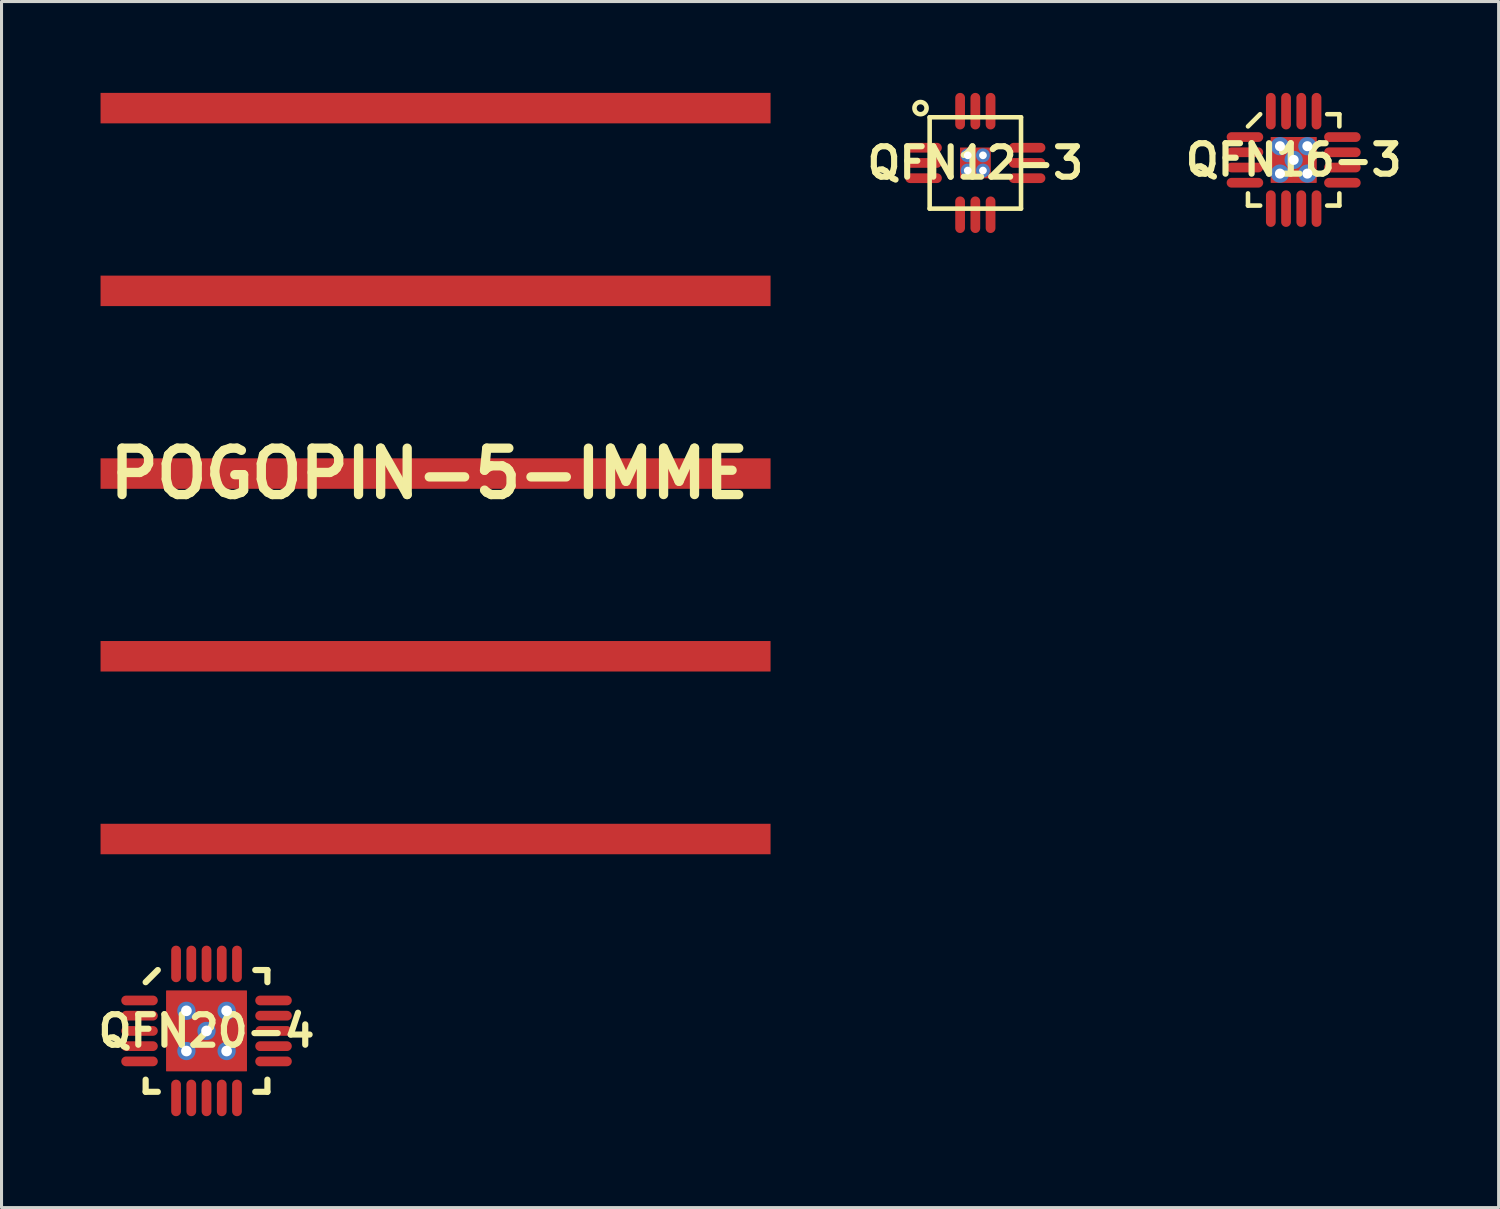
<source format=kicad_pcb>
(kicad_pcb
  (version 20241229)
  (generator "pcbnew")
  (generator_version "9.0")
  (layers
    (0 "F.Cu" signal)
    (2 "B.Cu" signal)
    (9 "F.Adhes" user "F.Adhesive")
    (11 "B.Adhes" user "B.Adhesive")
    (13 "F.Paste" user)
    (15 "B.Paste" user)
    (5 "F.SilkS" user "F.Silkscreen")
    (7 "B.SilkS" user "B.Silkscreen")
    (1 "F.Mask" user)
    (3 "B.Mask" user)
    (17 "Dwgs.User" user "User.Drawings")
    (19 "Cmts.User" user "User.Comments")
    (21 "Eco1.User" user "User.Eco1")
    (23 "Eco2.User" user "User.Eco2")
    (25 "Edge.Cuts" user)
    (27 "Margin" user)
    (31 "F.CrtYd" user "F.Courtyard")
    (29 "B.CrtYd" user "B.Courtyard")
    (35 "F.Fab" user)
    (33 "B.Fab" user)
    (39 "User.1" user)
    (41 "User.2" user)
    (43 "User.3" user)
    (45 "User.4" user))
  (footprint "POGOPIN-5-IMME"
    (layer "F.Cu")
    (at 0.25 12.499)
    (property "Reference" "POGOPIN-5-IMME" (at 10.795 0 0) (layer "F.SilkS") (effects (font (size 1.524 1.524) (thickness 0.305))))
    (attr through_hole)
    (pad "1" smd rect (at 11.001 -11.999) (size 21.999 1.001) (layers "F.Cu" "F.Mask"))
    (pad "2" smd rect (at 11.001 -5.999) (size 21.999 1.001) (layers "F.Cu" "F.Mask"))
    (pad "3" smd rect (at 11.001 0) (size 21.999 1.001) (layers "F.Cu" "F.Mask"))
    (pad "4" smd rect (at 11.001 5.999) (size 21.999 1.001) (layers "F.Cu" "F.Mask"))
    (pad "5" smd rect (at 11.001 11.999) (size 21.999 1.001) (layers "F.Cu" "F.Mask")))
  (footprint "QFN16-3"
    (layer "F.Cu")
    (at 39.426 2.2)
    (property "Reference" "QFN16-3" (at 0 0 0) (layer "F.SilkS") (effects (font (size 1 1) (thickness 0.203))))
    (attr through_hole)
    (fp_line (start -1.5 1.5) (end -1.5 1.1) (stroke (width 0.15) (type solid)) (layer "F.SilkS"))
    (fp_line (start -1.5 1.5) (end -1.1 1.5) (stroke (width 0.15) (type solid)) (layer "F.SilkS"))
    (fp_line (start -1.1 -1.5) (end -1.5 -1.1) (stroke (width 0.15) (type solid)) (layer "F.SilkS"))
    (fp_line (start 1.5 -1.5) (end 1.1 -1.5) (stroke (width 0.15) (type solid)) (layer "F.SilkS"))
    (fp_line (start 1.5 -1.5) (end 1.5 -1.1) (stroke (width 0.15) (type solid)) (layer "F.SilkS"))
    (fp_line (start 1.5 1.5) (end 1.1 1.5) (stroke (width 0.15) (type solid)) (layer "F.SilkS"))
    (fp_line (start 1.5 1.5) (end 1.5 1.1) (stroke (width 0.15) (type solid)) (layer "F.SilkS"))
    (pad "0" thru_hole circle (at -0.45 -0.45) (size 0.6 0.6) (drill 0.33) (layers "*.Cu" "B.Mask"))
    (pad "0" thru_hole circle (at -0.45 0.45) (size 0.6 0.6) (drill 0.33) (layers "*.Cu" "B.Mask"))
    (pad "0" smd rect (at -0.375 -0.375) (size 0.75 0.75) (layers "F.Cu" "F.Paste"))
    (pad "0" smd rect (at -0.375 0.375) (size 0.75 0.75) (layers "F.Cu" "F.Paste"))
    (pad "0" thru_hole circle (at 0 0) (size 0.6 0.6) (drill 0.33) (layers "*.Cu" "B.Mask"))
    (pad "0" smd rect (at 0 0) (size 1.5 1.5) (layers "F.Cu" "F.Mask"))
    (pad "0" smd rect (at 0.375 -0.375) (size 0.75 0.75) (layers "F.Cu" "F.Paste"))
    (pad "0" smd rect (at 0.375 0.375) (size 0.75 0.75) (layers "F.Cu" "F.Paste"))
    (pad "0" thru_hole circle (at 0.45 -0.45) (size 0.6 0.6) (drill 0.33) (layers "*.Cu" "B.Mask"))
    (pad "0" thru_hole circle (at 0.45 0.45) (size 0.6 0.6) (drill 0.33) (layers "*.Cu" "B.Mask"))
    (pad "1" smd oval (at -1.6 -0.75) (size 1.2 0.32) (layers "F.Cu" "F.Mask" "F.Paste"))
    (pad "2" smd oval (at -1.6 -0.25) (size 1.2 0.32) (layers "F.Cu" "F.Mask" "F.Paste"))
    (pad "3" smd oval (at -1.6 0.25) (size 1.2 0.32) (layers "F.Cu" "F.Mask" "F.Paste"))
    (pad "4" smd oval (at -1.6 0.75) (size 1.2 0.32) (layers "F.Cu" "F.Mask" "F.Paste"))
    (pad "5" smd oval (at -0.75 1.6 90) (size 1.2 0.32) (layers "F.Cu" "F.Mask" "F.Paste"))
    (pad "6" smd oval (at -0.25 1.6 90) (size 1.2 0.32) (layers "F.Cu" "F.Mask" "F.Paste"))
    (pad "7" smd oval (at 0.25 1.6 90) (size 1.2 0.32) (layers "F.Cu" "F.Mask" "F.Paste"))
    (pad "8" smd oval (at 0.75 1.6 90) (size 1.2 0.32) (layers "F.Cu" "F.Mask" "F.Paste"))
    (pad "9" smd oval (at 1.6 0.75) (size 1.2 0.32) (layers "F.Cu" "F.Mask" "F.Paste"))
    (pad "10" smd oval (at 1.6 0.25) (size 1.2 0.32) (layers "F.Cu" "F.Mask" "F.Paste"))
    (pad "11" smd oval (at 1.6 -0.25) (size 1.2 0.32) (layers "F.Cu" "F.Mask" "F.Paste"))
    (pad "12" smd oval (at 1.6 -0.75) (size 1.2 0.32) (layers "F.Cu" "F.Mask" "F.Paste"))
    (pad "13" smd oval (at 0.75 -1.6 90) (size 1.2 0.32) (layers "F.Cu" "F.Mask" "F.Paste"))
    (pad "14" smd oval (at 0.25 -1.6 90) (size 1.2 0.32) (layers "F.Cu" "F.Mask" "F.Paste"))
    (pad "15" smd oval (at -0.25 -1.6 90) (size 1.2 0.32) (layers "F.Cu" "F.Mask" "F.Paste"))
    (pad "16" smd oval (at -0.75 -1.6 90) (size 1.2 0.32) (layers "F.Cu" "F.Mask" "F.Paste")))
  (footprint "QFN12-3"
    (layer "F.Cu")
    (at 28.974 2.3)
    (property "Reference" "QFN12-3" (at 0 0 0) (layer "F.SilkS") (effects (font (size 1 1) (thickness 0.2))))
    (attr through_hole)
    (fp_line (start -1.5 -1.5) (end 1.5 -1.5) (stroke (width 0.15) (type solid)) (layer "F.SilkS"))
    (fp_line (start -1.5 1.5) (end -1.5 -1.5) (stroke (width 0.15) (type solid)) (layer "F.SilkS"))
    (fp_line (start 1.5 -1.5) (end 1.5 1.5) (stroke (width 0.15) (type solid)) (layer "F.SilkS"))
    (fp_line (start 1.5 1.5) (end -1.5 1.5) (stroke (width 0.15) (type solid)) (layer "F.SilkS"))
    (fp_circle (center -1.8 -1.8) (end -1.6 -1.8) (stroke (width 0.15) (type solid)) (fill no) (layer "F.SilkS"))
    (pad "0" thru_hole circle (at -0.25 -0.25) (size 0.457 0.457) (drill 0.254) (layers "*.Cu" "B.Mask"))
    (pad "0" smd rect (at -0.25 -0.25) (size 0.5 0.5) (layers "F.Cu" "F.Paste"))
    (pad "0" thru_hole circle (at -0.25 0.25) (size 0.457 0.457) (drill 0.254) (layers "*.Cu" "B.Mask"))
    (pad "0" smd rect (at -0.25 0.25) (size 0.5 0.5) (layers "F.Cu" "F.Paste"))
    (pad "0" smd rect (at 0 0) (size 1 1) (layers "F.Cu" "F.Mask"))
    (pad "0" thru_hole circle (at 0.25 -0.25) (size 0.457 0.457) (drill 0.254) (layers "*.Cu" "B.Mask"))
    (pad "0" smd rect (at 0.25 -0.25) (size 0.5 0.5) (layers "F.Cu" "F.Paste"))
    (pad "0" thru_hole circle (at 0.25 0.25) (size 0.457 0.457) (drill 0.254) (layers "*.Cu" "B.Mask"))
    (pad "0" smd rect (at 0.25 0.25) (size 0.5 0.5) (layers "F.Cu" "F.Paste"))
    (pad "1" smd oval (at -1.7 -0.5) (size 1.2 0.32) (layers "F.Cu" "F.Mask" "F.Paste"))
    (pad "2" smd oval (at -1.7 0) (size 1.2 0.32) (layers "F.Cu" "F.Mask" "F.Paste"))
    (pad "3" smd oval (at -1.7 0.5) (size 1.2 0.32) (layers "F.Cu" "F.Mask" "F.Paste"))
    (pad "4" smd oval (at -0.5 1.7 90) (size 1.2 0.32) (layers "F.Cu" "F.Mask" "F.Paste"))
    (pad "5" smd oval (at 0 1.7 90) (size 1.2 0.32) (layers "F.Cu" "F.Mask" "F.Paste"))
    (pad "6" smd oval (at 0.5 1.7 90) (size 1.2 0.32) (layers "F.Cu" "F.Mask" "F.Paste"))
    (pad "7" smd oval (at 1.7 0.5) (size 1.2 0.32) (layers "F.Cu" "F.Mask" "F.Paste"))
    (pad "8" smd oval (at 1.7 0) (size 1.2 0.32) (layers "F.Cu" "F.Mask" "F.Paste"))
    (pad "9" smd oval (at 1.7 -0.5) (size 1.2 0.32) (layers "F.Cu" "F.Mask" "F.Paste"))
    (pad "10" smd oval (at 0.5 -1.7 90) (size 1.2 0.32) (layers "F.Cu" "F.Mask" "F.Paste"))
    (pad "11" smd oval (at 0 -1.7 90) (size 1.2 0.32) (layers "F.Cu" "F.Mask" "F.Paste"))
    (pad "12" smd oval (at -0.5 -1.7 90) (size 1.2 0.32) (layers "F.Cu" "F.Mask" "F.Paste")))
  (footprint "QFN20-4"
    (layer "F.Cu")
    (at 3.731 30.799)
    (property "Reference" "QFN20-4" (at 0 0 0) (layer "F.SilkS") (effects (font (size 1.001 1.001) (thickness 0.203))))
    (attr through_hole)
    (fp_line (start -1.999 1.6) (end -1.999 1.999) (stroke (width 0.203) (type solid)) (layer "F.SilkS"))
    (fp_line (start -1.999 1.999) (end -1.6 1.999) (stroke (width 0.203) (type solid)) (layer "F.SilkS"))
    (fp_line (start -1.6 -1.999) (end -1.999 -1.6) (stroke (width 0.203) (type solid)) (layer "F.SilkS"))
    (fp_line (start 1.6 1.999) (end 1.999 1.999) (stroke (width 0.203) (type solid)) (layer "F.SilkS"))
    (fp_line (start 1.999 -1.999) (end 1.6 -1.999) (stroke (width 0.203) (type solid)) (layer "F.SilkS"))
    (fp_line (start 1.999 -1.6) (end 1.999 -1.999) (stroke (width 0.203) (type solid)) (layer "F.SilkS"))
    (fp_line (start 1.999 1.999) (end 1.999 1.6) (stroke (width 0.203) (type solid)) (layer "F.SilkS"))
    (pad "0" thru_hole circle (at -0.66 -0.66) (size 0.6 0.6) (drill 0.35) (layers "*.Cu" "B.Mask"))
    (pad "0" smd rect (at -0.66 -0.66) (size 1.32 1.32) (layers "F.Cu" "F.Paste"))
    (pad "0" thru_hole circle (at -0.66 0.66) (size 0.6 0.6) (drill 0.35) (layers "*.Cu" "B.Mask"))
    (pad "0" smd rect (at -0.66 0.66) (size 1.32 1.32) (layers "F.Cu" "F.Paste"))
    (pad "0" thru_hole circle (at 0 0) (size 0.6 0.6) (drill 0.35) (layers "*.Cu" "B.Mask"))
    (pad "0" smd rect (at 0 0) (size 2.65 2.65) (layers "F.Cu" "F.Mask"))
    (pad "0" thru_hole circle (at 0.66 -0.66) (size 0.6 0.6) (drill 0.35) (layers "*.Cu" "B.Mask"))
    (pad "0" smd rect (at 0.66 -0.66) (size 1.32 1.32) (layers "F.Cu" "F.Paste"))
    (pad "0" thru_hole circle (at 0.66 0.66) (size 0.6 0.6) (drill 0.35) (layers "*.Cu" "B.Mask"))
    (pad "0" smd rect (at 0.66 0.66) (size 1.32 1.32) (layers "F.Cu" "F.Paste"))
    (pad "1" smd oval (at -2.2 -1) (size 1.2 0.32) (layers "F.Cu" "F.Mask" "F.Paste"))
    (pad "2" smd oval (at -2.2 -0.5) (size 1.2 0.32) (layers "F.Cu" "F.Mask" "F.Paste"))
    (pad "3" smd oval (at -2.2 0) (size 1.2 0.32) (layers "F.Cu" "F.Mask" "F.Paste"))
    (pad "4" smd oval (at -2.2 0.5) (size 1.2 0.32) (layers "F.Cu" "F.Mask" "F.Paste"))
    (pad "5" smd oval (at -2.2 1) (size 1.2 0.32) (layers "F.Cu" "F.Mask" "F.Paste"))
    (pad "6" smd oval (at -1 2.2 90) (size 1.2 0.32) (layers "F.Cu" "F.Mask" "F.Paste"))
    (pad "7" smd oval (at -0.5 2.2 90) (size 1.2 0.32) (layers "F.Cu" "F.Mask" "F.Paste"))
    (pad "8" smd oval (at 0 2.2 90) (size 1.2 0.32) (layers "F.Cu" "F.Mask" "F.Paste"))
    (pad "9" smd oval (at 0.5 2.2 90) (size 1.2 0.32) (layers "F.Cu" "F.Mask" "F.Paste"))
    (pad "10" smd oval (at 1 2.2 90) (size 1.2 0.32) (layers "F.Cu" "F.Mask" "F.Paste"))
    (pad "11" smd oval (at 2.2 1) (size 1.2 0.32) (layers "F.Cu" "F.Mask" "F.Paste"))
    (pad "12" smd oval (at 2.2 0.5) (size 1.2 0.32) (layers "F.Cu" "F.Mask" "F.Paste"))
    (pad "13" smd oval (at 2.2 0) (size 1.2 0.32) (layers "F.Cu" "F.Mask" "F.Paste"))
    (pad "14" smd oval (at 2.2 -0.5) (size 1.2 0.32) (layers "F.Cu" "F.Mask" "F.Paste"))
    (pad "15" smd oval (at 2.2 -1) (size 1.2 0.32) (layers "F.Cu" "F.Mask" "F.Paste"))
    (pad "16" smd oval (at 1 -2.2 90) (size 1.2 0.32) (layers "F.Cu" "F.Mask" "F.Paste"))
    (pad "17" smd oval (at 0.5 -2.2 90) (size 1.2 0.32) (layers "F.Cu" "F.Mask" "F.Paste"))
    (pad "18" smd oval (at 0 -2.2 90) (size 1.2 0.32) (layers "F.Cu" "F.Mask" "F.Paste"))
    (pad "19" smd oval (at -0.5 -2.2 90) (size 1.2 0.32) (layers "F.Cu" "F.Mask" "F.Paste"))
    (pad "20" smd oval (at -1 -2.2 90) (size 1.2 0.32) (layers "F.Cu" "F.Mask" "F.Paste")))
  (gr_rect
    (start -3 -3)
    (end 46.155 36.599)
    (stroke (width 0.1) (type default))
    (fill no)
    (layer "Edge.Cuts")))
</source>
